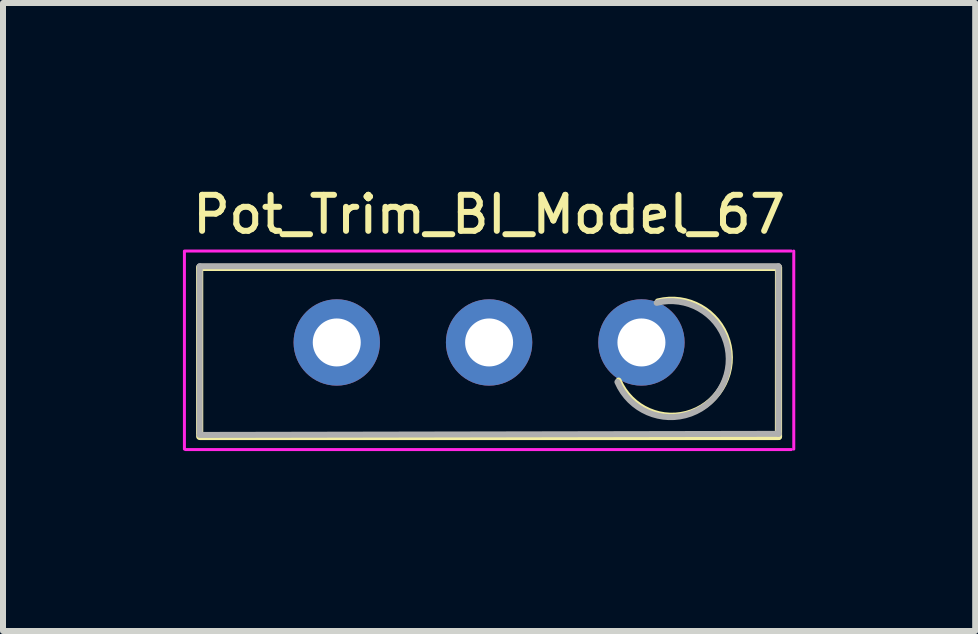
<source format=kicad_pcb>
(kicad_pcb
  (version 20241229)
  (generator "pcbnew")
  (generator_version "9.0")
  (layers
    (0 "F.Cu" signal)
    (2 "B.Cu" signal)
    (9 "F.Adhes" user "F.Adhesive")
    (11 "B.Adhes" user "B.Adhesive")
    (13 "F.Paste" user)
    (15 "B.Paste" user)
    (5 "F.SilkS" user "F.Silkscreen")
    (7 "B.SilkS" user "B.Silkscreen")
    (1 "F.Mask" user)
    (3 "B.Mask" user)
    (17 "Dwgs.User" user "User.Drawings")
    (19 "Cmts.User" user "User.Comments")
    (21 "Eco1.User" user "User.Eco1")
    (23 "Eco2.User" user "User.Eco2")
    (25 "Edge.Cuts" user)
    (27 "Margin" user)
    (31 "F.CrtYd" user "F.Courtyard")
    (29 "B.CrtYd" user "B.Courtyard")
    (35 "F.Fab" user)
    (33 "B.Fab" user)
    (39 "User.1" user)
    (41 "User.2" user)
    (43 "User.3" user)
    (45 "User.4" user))
  (footprint "Pot_Trim_BI_Model_67"
    (layer "F.Cu")
    (at 7.645 2.66)
    (property "Reference" "Pot_Trim_BI_Model_67" (at -2.54 -2.134 0) (layer "F.SilkS") (effects (font (size 0.6 0.6) (thickness 0.1))))
    (attr through_hole)
    (fp_line (start -7.366 -1.245) (end -7.366 1.524) (stroke (width 0.12) (type solid)) (layer "F.SilkS"))
    (fp_line (start -7.365 -1.251) (end 2.285 -1.251) (stroke (width 0.12) (type solid)) (layer "F.SilkS"))
    (fp_line (start -7.365 1.567) (end 2.285 1.567) (stroke (width 0.12) (type solid)) (layer "F.SilkS"))
    (fp_line (start 2.286 -1.245) (end 2.285 1.567) (stroke (width 0.12) (type solid)) (layer "F.SilkS"))
    (fp_arc (start 0.27342 -0.684324) (mid 1.374465 0.683789) (end -0.380999 0.634999) (stroke (width 0.1) (type solid)) (layer "F.SilkS"))
    (fp_line (start -7.62 -1.524) (end -7.62 1.778) (stroke (width 0.05) (type solid)) (layer "F.CrtYd"))
    (fp_line (start -7.6 1.786) (end 2.5 1.786) (stroke (width 0.05) (type solid)) (layer "F.CrtYd"))
    (fp_line (start 2.5 -1.524) (end -7.6 -1.524) (stroke (width 0.05) (type solid)) (layer "F.CrtYd"))
    (fp_line (start 2.54 1.778) (end 2.54 -1.524) (stroke (width 0.05) (type solid)) (layer "F.CrtYd"))
    (fp_line (start -7.366 -1.27) (end -7.366 1.524) (stroke (width 0.1) (type solid)) (layer "F.Fab"))
    (fp_line (start -7.366 1.542) (end 2.286 1.524) (stroke (width 0.1) (type solid)) (layer "F.Fab"))
    (fp_line (start 2.286 -1.27) (end -7.366 -1.27) (stroke (width 0.1) (type solid)) (layer "F.Fab"))
    (fp_line (start 2.286 1.524) (end 2.286 -1.27) (stroke (width 0.1) (type solid)) (layer "F.Fab"))
    (fp_arc (start 0.254616 -0.660554) (mid 1.354904 0.707998) (end -0.400419 0.658923) (stroke (width 0.1) (type solid)) (layer "F.Fab"))
    (pad "1" thru_hole circle (at 0 0) (size 1.44 1.44) (drill 0.8) (layers "*.Cu" "*.Mask"))
    (pad "2" thru_hole circle (at -2.54 0) (size 1.44 1.44) (drill 0.8) (layers "*.Cu" "*.Mask"))
    (pad "3" thru_hole circle (at -5.08 0) (size 1.44 1.44) (drill 0.8) (layers "*.Cu" "*.Mask")))
  (gr_rect
    (start -3 -3)
    (end 13.21 7.471)
    (stroke (width 0.1) (type default))
    (fill no)
    (layer "Edge.Cuts")))
</source>
